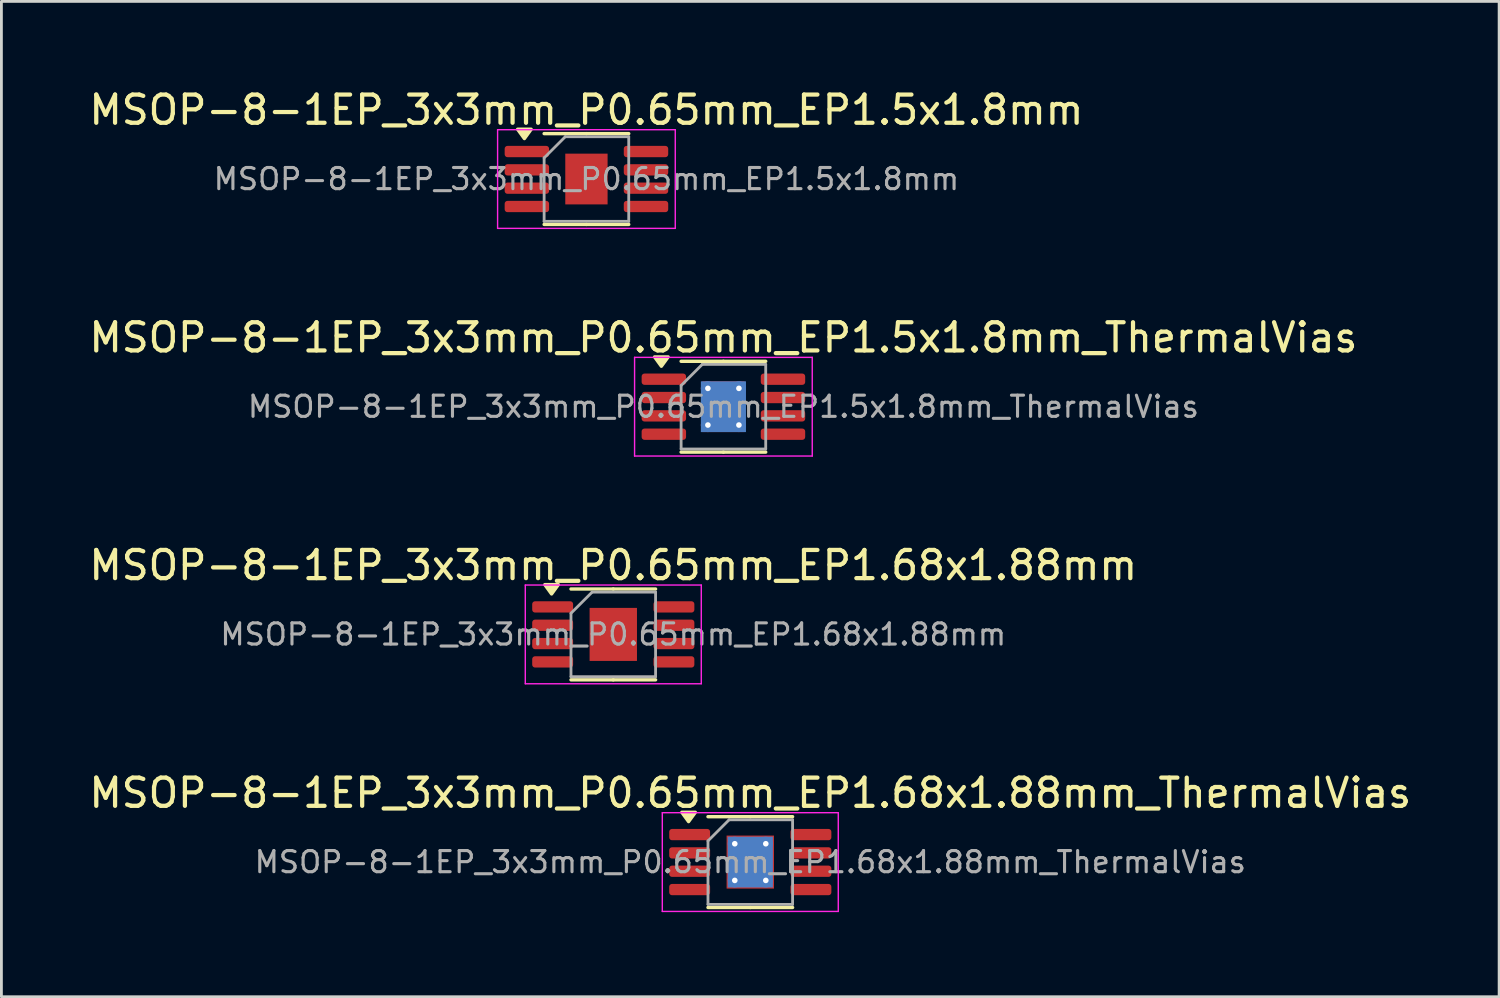
<source format=kicad_pcb>
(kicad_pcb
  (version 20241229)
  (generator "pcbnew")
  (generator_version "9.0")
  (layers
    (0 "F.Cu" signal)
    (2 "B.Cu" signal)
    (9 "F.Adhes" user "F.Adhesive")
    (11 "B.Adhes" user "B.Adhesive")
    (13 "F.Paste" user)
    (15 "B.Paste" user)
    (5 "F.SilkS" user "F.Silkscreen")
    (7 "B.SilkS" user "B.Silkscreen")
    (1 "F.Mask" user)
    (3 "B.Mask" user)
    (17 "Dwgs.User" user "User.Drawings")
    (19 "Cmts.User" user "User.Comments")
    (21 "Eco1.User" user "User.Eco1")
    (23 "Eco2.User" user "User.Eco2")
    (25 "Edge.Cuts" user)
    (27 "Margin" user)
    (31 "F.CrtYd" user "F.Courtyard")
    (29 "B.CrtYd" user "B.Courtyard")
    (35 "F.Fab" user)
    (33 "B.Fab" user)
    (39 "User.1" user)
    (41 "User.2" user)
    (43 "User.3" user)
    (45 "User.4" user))
  (footprint "MSOP-8-1EP_3x3mm_P0.65mm_EP1.68x1.88mm_ThermalVias"
    (layer "F.Cu")
    (at 23.554 27.518)
    (property "Reference" "MSOP-8-1EP_3x3mm_P0.65mm_EP1.68x1.88mm_ThermalVias" (at 0 -2.45 0) (layer "F.SilkS") (effects (font (size 1 1) (thickness 0.15))))
    (attr smd)
    (fp_line (start 0 -1.61) (end -1.5 -1.61) (stroke (width 0.12) (type solid)) (layer "F.SilkS"))
    (fp_line (start 0 -1.61) (end 1.5 -1.61) (stroke (width 0.12) (type solid)) (layer "F.SilkS"))
    (fp_line (start 0 1.61) (end -1.5 1.61) (stroke (width 0.12) (type solid)) (layer "F.SilkS"))
    (fp_line (start 0 1.61) (end 1.5 1.61) (stroke (width 0.12) (type solid)) (layer "F.SilkS"))
    (fp_poly (pts (xy -2.188 -1.435) (xy -2.428 -1.765) (xy -1.948 -1.765) (xy -2.188 -1.435)) (stroke (width 0.12) (type solid)) (fill yes) (layer "F.SilkS"))
    (fp_line (start -3.12 -1.75) (end -3.12 1.75) (stroke (width 0.05) (type solid)) (layer "F.CrtYd"))
    (fp_line (start -3.12 1.75) (end 3.12 1.75) (stroke (width 0.05) (type solid)) (layer "F.CrtYd"))
    (fp_line (start 3.12 -1.75) (end -3.12 -1.75) (stroke (width 0.05) (type solid)) (layer "F.CrtYd"))
    (fp_line (start 3.12 1.75) (end 3.12 -1.75) (stroke (width 0.05) (type solid)) (layer "F.CrtYd"))
    (fp_line (start -1.5 -0.75) (end -0.75 -1.5) (stroke (width 0.1) (type solid)) (layer "F.Fab"))
    (fp_line (start -1.5 1.5) (end -1.5 -0.75) (stroke (width 0.1) (type solid)) (layer "F.Fab"))
    (fp_line (start -0.75 -1.5) (end 1.5 -1.5) (stroke (width 0.1) (type solid)) (layer "F.Fab"))
    (fp_line (start 1.5 -1.5) (end 1.5 1.5) (stroke (width 0.1) (type solid)) (layer "F.Fab"))
    (fp_line (start 1.5 1.5) (end -1.5 1.5) (stroke (width 0.1) (type solid)) (layer "F.Fab"))
    (fp_text user "${REFERENCE}" (at 0 0 0) (layer "F.Fab") (effects (font (size 0.75 0.75) (thickness 0.11))))
    (pad "" smd roundrect (at -0.42 -0.47) (size 0.7 0.79) (layers "F.Paste") (roundrect_rratio 0.25))
    (pad "" smd roundrect (at -0.42 0.47) (size 0.7 0.79) (layers "F.Paste") (roundrect_rratio 0.25))
    (pad "" smd roundrect (at 0.42 -0.47) (size 0.7 0.79) (layers "F.Paste") (roundrect_rratio 0.25))
    (pad "" smd roundrect (at 0.42 0.47) (size 0.7 0.79) (layers "F.Paste") (roundrect_rratio 0.25))
    (pad "1" smd roundrect (at -2.15 -0.975) (size 1.45 0.4) (layers "F.Cu" "F.Mask" "F.Paste") (roundrect_rratio 0.25))
    (pad "2" smd roundrect (at -2.15 -0.325) (size 1.45 0.4) (layers "F.Cu" "F.Mask" "F.Paste") (roundrect_rratio 0.25))
    (pad "3" smd roundrect (at -2.15 0.325) (size 1.45 0.4) (layers "F.Cu" "F.Mask" "F.Paste") (roundrect_rratio 0.25))
    (pad "4" smd roundrect (at -2.15 0.975) (size 1.45 0.4) (layers "F.Cu" "F.Mask" "F.Paste") (roundrect_rratio 0.25))
    (pad "5" smd roundrect (at 2.15 0.975) (size 1.45 0.4) (layers "F.Cu" "F.Mask" "F.Paste") (roundrect_rratio 0.25))
    (pad "6" smd roundrect (at 2.15 0.325) (size 1.45 0.4) (layers "F.Cu" "F.Mask" "F.Paste") (roundrect_rratio 0.25))
    (pad "7" smd roundrect (at 2.15 -0.325) (size 1.45 0.4) (layers "F.Cu" "F.Mask" "F.Paste") (roundrect_rratio 0.25))
    (pad "8" smd roundrect (at 2.15 -0.975) (size 1.45 0.4) (layers "F.Cu" "F.Mask" "F.Paste") (roundrect_rratio 0.25))
    (pad "9" thru_hole circle (at -0.55 -0.65) (size 0.5 0.5) (drill 0.2) (property pad_prop_heatsink) (layers "*.Cu"))
    (pad "9" thru_hole circle (at -0.55 0.65) (size 0.5 0.5) (drill 0.2) (property pad_prop_heatsink) (layers "*.Cu"))
    (pad "9" smd rect (at 0 0) (size 1.6 1.8) (property pad_prop_heatsink) (layers "B.Cu"))
    (pad "9" smd rect (at 0 0) (size 1.68 1.88) (property pad_prop_heatsink) (layers "F.Cu" "F.Mask"))
    (pad "9" thru_hole circle (at 0.55 -0.65) (size 0.5 0.5) (drill 0.2) (property pad_prop_heatsink) (layers "*.Cu"))
    (pad "9" thru_hole circle (at 0.55 0.65) (size 0.5 0.5) (drill 0.2) (property pad_prop_heatsink) (layers "*.Cu")))
  (footprint "MSOP-8-1EP_3x3mm_P0.65mm_EP1.5x1.8mm_ThermalVias"
    (layer "F.Cu")
    (at 22.601 11.371)
    (property "Reference" "MSOP-8-1EP_3x3mm_P0.65mm_EP1.5x1.8mm_ThermalVias" (at 0 -2.45 0) (layer "F.SilkS") (effects (font (size 1 1) (thickness 0.15))))
    (attr smd)
    (fp_line (start 0 -1.61) (end -1.5 -1.61) (stroke (width 0.12) (type solid)) (layer "F.SilkS"))
    (fp_line (start 0 -1.61) (end 1.5 -1.61) (stroke (width 0.12) (type solid)) (layer "F.SilkS"))
    (fp_line (start 0 1.61) (end -1.5 1.61) (stroke (width 0.12) (type solid)) (layer "F.SilkS"))
    (fp_line (start 0 1.61) (end 1.5 1.61) (stroke (width 0.12) (type solid)) (layer "F.SilkS"))
    (fp_poly (pts (xy -2.2 -1.435) (xy -2.44 -1.765) (xy -1.96 -1.765) (xy -2.2 -1.435)) (stroke (width 0.12) (type solid)) (fill yes) (layer "F.SilkS"))
    (fp_line (start -3.15 -1.75) (end -3.15 1.75) (stroke (width 0.05) (type solid)) (layer "F.CrtYd"))
    (fp_line (start -3.15 1.75) (end 3.15 1.75) (stroke (width 0.05) (type solid)) (layer "F.CrtYd"))
    (fp_line (start 3.15 -1.75) (end -3.15 -1.75) (stroke (width 0.05) (type solid)) (layer "F.CrtYd"))
    (fp_line (start 3.15 1.75) (end 3.15 -1.75) (stroke (width 0.05) (type solid)) (layer "F.CrtYd"))
    (fp_line (start -1.5 -0.75) (end -0.75 -1.5) (stroke (width 0.1) (type solid)) (layer "F.Fab"))
    (fp_line (start -1.5 1.5) (end -1.5 -0.75) (stroke (width 0.1) (type solid)) (layer "F.Fab"))
    (fp_line (start -0.75 -1.5) (end 1.5 -1.5) (stroke (width 0.1) (type solid)) (layer "F.Fab"))
    (fp_line (start 1.5 -1.5) (end 1.5 1.5) (stroke (width 0.1) (type solid)) (layer "F.Fab"))
    (fp_line (start 1.5 1.5) (end -1.5 1.5) (stroke (width 0.1) (type solid)) (layer "F.Fab"))
    (fp_text user "${REFERENCE}" (at 0 0 0) (layer "F.Fab") (effects (font (size 0.75 0.75) (thickness 0.11))))
    (pad "" smd roundrect (at -0.375 -0.45) (size 0.63 0.75) (layers "F.Paste") (roundrect_rratio 0.25))
    (pad "" smd roundrect (at -0.375 0.45) (size 0.63 0.75) (layers "F.Paste") (roundrect_rratio 0.25))
    (pad "" smd roundrect (at 0.375 -0.45) (size 0.63 0.75) (layers "F.Paste") (roundrect_rratio 0.25))
    (pad "" smd roundrect (at 0.375 0.45) (size 0.63 0.75) (layers "F.Paste") (roundrect_rratio 0.25))
    (pad "1" smd roundrect (at -2.112 -0.975) (size 1.575 0.4) (layers "F.Cu" "F.Mask" "F.Paste") (roundrect_rratio 0.25))
    (pad "2" smd roundrect (at -2.112 -0.325) (size 1.575 0.4) (layers "F.Cu" "F.Mask" "F.Paste") (roundrect_rratio 0.25))
    (pad "3" smd roundrect (at -2.112 0.325) (size 1.575 0.4) (layers "F.Cu" "F.Mask" "F.Paste") (roundrect_rratio 0.25))
    (pad "4" smd roundrect (at -2.112 0.975) (size 1.575 0.4) (layers "F.Cu" "F.Mask" "F.Paste") (roundrect_rratio 0.25))
    (pad "5" smd roundrect (at 2.112 0.975) (size 1.575 0.4) (layers "F.Cu" "F.Mask" "F.Paste") (roundrect_rratio 0.25))
    (pad "6" smd roundrect (at 2.112 0.325) (size 1.575 0.4) (layers "F.Cu" "F.Mask" "F.Paste") (roundrect_rratio 0.25))
    (pad "7" smd roundrect (at 2.112 -0.325) (size 1.575 0.4) (layers "F.Cu" "F.Mask" "F.Paste") (roundrect_rratio 0.25))
    (pad "8" smd roundrect (at 2.112 -0.975) (size 1.575 0.4) (layers "F.Cu" "F.Mask" "F.Paste") (roundrect_rratio 0.25))
    (pad "9" thru_hole circle (at -0.55 -0.65) (size 0.5 0.5) (drill 0.2) (property pad_prop_heatsink) (layers "*.Cu"))
    (pad "9" thru_hole circle (at -0.55 0.65) (size 0.5 0.5) (drill 0.2) (property pad_prop_heatsink) (layers "*.Cu"))
    (pad "9" smd rect (at 0 0) (size 1.5 1.8) (property pad_prop_heatsink) (layers "F.Cu" "F.Mask"))
    (pad "9" smd rect (at 0 0) (size 1.6 1.8) (property pad_prop_heatsink) (layers "B.Cu"))
    (pad "9" thru_hole circle (at 0.55 -0.65) (size 0.5 0.5) (drill 0.2) (property pad_prop_heatsink) (layers "*.Cu"))
    (pad "9" thru_hole circle (at 0.55 0.65) (size 0.5 0.5) (drill 0.2) (property pad_prop_heatsink) (layers "*.Cu")))
  (footprint "MSOP-8-1EP_3x3mm_P0.65mm_EP1.5x1.8mm"
    (layer "F.Cu")
    (at 17.744 3.298)
    (property "Reference" "MSOP-8-1EP_3x3mm_P0.65mm_EP1.5x1.8mm" (at 0 -2.45 0) (layer "F.SilkS") (effects (font (size 1 1) (thickness 0.15))))
    (attr smd)
    (fp_line (start 0 -1.61) (end -1.5 -1.61) (stroke (width 0.12) (type solid)) (layer "F.SilkS"))
    (fp_line (start 0 -1.61) (end 1.5 -1.61) (stroke (width 0.12) (type solid)) (layer "F.SilkS"))
    (fp_line (start 0 1.61) (end -1.5 1.61) (stroke (width 0.12) (type solid)) (layer "F.SilkS"))
    (fp_line (start 0 1.61) (end 1.5 1.61) (stroke (width 0.12) (type solid)) (layer "F.SilkS"))
    (fp_poly (pts (xy -2.2 -1.435) (xy -2.44 -1.765) (xy -1.96 -1.765) (xy -2.2 -1.435)) (stroke (width 0.12) (type solid)) (fill yes) (layer "F.SilkS"))
    (fp_line (start -3.15 -1.75) (end -3.15 1.75) (stroke (width 0.05) (type solid)) (layer "F.CrtYd"))
    (fp_line (start -3.15 1.75) (end 3.15 1.75) (stroke (width 0.05) (type solid)) (layer "F.CrtYd"))
    (fp_line (start 3.15 -1.75) (end -3.15 -1.75) (stroke (width 0.05) (type solid)) (layer "F.CrtYd"))
    (fp_line (start 3.15 1.75) (end 3.15 -1.75) (stroke (width 0.05) (type solid)) (layer "F.CrtYd"))
    (fp_line (start -1.5 -0.75) (end -0.75 -1.5) (stroke (width 0.1) (type solid)) (layer "F.Fab"))
    (fp_line (start -1.5 1.5) (end -1.5 -0.75) (stroke (width 0.1) (type solid)) (layer "F.Fab"))
    (fp_line (start -0.75 -1.5) (end 1.5 -1.5) (stroke (width 0.1) (type solid)) (layer "F.Fab"))
    (fp_line (start 1.5 -1.5) (end 1.5 1.5) (stroke (width 0.1) (type solid)) (layer "F.Fab"))
    (fp_line (start 1.5 1.5) (end -1.5 1.5) (stroke (width 0.1) (type solid)) (layer "F.Fab"))
    (fp_text user "${REFERENCE}" (at 0 0 0) (layer "F.Fab") (effects (font (size 0.75 0.75) (thickness 0.11))))
    (pad "" smd roundrect (at -0.375 -0.45) (size 0.6 0.73) (layers "F.Paste") (roundrect_rratio 0.25))
    (pad "" smd roundrect (at -0.375 0.45) (size 0.6 0.73) (layers "F.Paste") (roundrect_rratio 0.25))
    (pad "" smd roundrect (at 0.375 -0.45) (size 0.6 0.73) (layers "F.Paste") (roundrect_rratio 0.25))
    (pad "" smd roundrect (at 0.375 0.45) (size 0.6 0.73) (layers "F.Paste") (roundrect_rratio 0.25))
    (pad "1" smd roundrect (at -2.112 -0.975) (size 1.575 0.4) (layers "F.Cu" "F.Mask" "F.Paste") (roundrect_rratio 0.25))
    (pad "2" smd roundrect (at -2.112 -0.325) (size 1.575 0.4) (layers "F.Cu" "F.Mask" "F.Paste") (roundrect_rratio 0.25))
    (pad "3" smd roundrect (at -2.112 0.325) (size 1.575 0.4) (layers "F.Cu" "F.Mask" "F.Paste") (roundrect_rratio 0.25))
    (pad "4" smd roundrect (at -2.112 0.975) (size 1.575 0.4) (layers "F.Cu" "F.Mask" "F.Paste") (roundrect_rratio 0.25))
    (pad "5" smd roundrect (at 2.112 0.975) (size 1.575 0.4) (layers "F.Cu" "F.Mask" "F.Paste") (roundrect_rratio 0.25))
    (pad "6" smd roundrect (at 2.112 0.325) (size 1.575 0.4) (layers "F.Cu" "F.Mask" "F.Paste") (roundrect_rratio 0.25))
    (pad "7" smd roundrect (at 2.112 -0.325) (size 1.575 0.4) (layers "F.Cu" "F.Mask" "F.Paste") (roundrect_rratio 0.25))
    (pad "8" smd roundrect (at 2.112 -0.975) (size 1.575 0.4) (layers "F.Cu" "F.Mask" "F.Paste") (roundrect_rratio 0.25))
    (pad "9" smd rect (at 0 0) (size 1.5 1.8) (property pad_prop_heatsink) (layers "F.Cu" "F.Mask")))
  (footprint "MSOP-8-1EP_3x3mm_P0.65mm_EP1.68x1.88mm"
    (layer "F.Cu")
    (at 18.696 19.445)
    (property "Reference" "MSOP-8-1EP_3x3mm_P0.65mm_EP1.68x1.88mm" (at 0 -2.45 0) (layer "F.SilkS") (effects (font (size 1 1) (thickness 0.15))))
    (attr smd)
    (fp_line (start 0 -1.61) (end -1.5 -1.61) (stroke (width 0.12) (type solid)) (layer "F.SilkS"))
    (fp_line (start 0 -1.61) (end 1.5 -1.61) (stroke (width 0.12) (type solid)) (layer "F.SilkS"))
    (fp_line (start 0 1.61) (end -1.5 1.61) (stroke (width 0.12) (type solid)) (layer "F.SilkS"))
    (fp_line (start 0 1.61) (end 1.5 1.61) (stroke (width 0.12) (type solid)) (layer "F.SilkS"))
    (fp_poly (pts (xy -2.188 -1.435) (xy -2.428 -1.765) (xy -1.948 -1.765) (xy -2.188 -1.435)) (stroke (width 0.12) (type solid)) (fill yes) (layer "F.SilkS"))
    (fp_line (start -3.12 -1.75) (end -3.12 1.75) (stroke (width 0.05) (type solid)) (layer "F.CrtYd"))
    (fp_line (start -3.12 1.75) (end 3.12 1.75) (stroke (width 0.05) (type solid)) (layer "F.CrtYd"))
    (fp_line (start 3.12 -1.75) (end -3.12 -1.75) (stroke (width 0.05) (type solid)) (layer "F.CrtYd"))
    (fp_line (start 3.12 1.75) (end 3.12 -1.75) (stroke (width 0.05) (type solid)) (layer "F.CrtYd"))
    (fp_line (start -1.5 -0.75) (end -0.75 -1.5) (stroke (width 0.1) (type solid)) (layer "F.Fab"))
    (fp_line (start -1.5 1.5) (end -1.5 -0.75) (stroke (width 0.1) (type solid)) (layer "F.Fab"))
    (fp_line (start -0.75 -1.5) (end 1.5 -1.5) (stroke (width 0.1) (type solid)) (layer "F.Fab"))
    (fp_line (start 1.5 -1.5) (end 1.5 1.5) (stroke (width 0.1) (type solid)) (layer "F.Fab"))
    (fp_line (start 1.5 1.5) (end -1.5 1.5) (stroke (width 0.1) (type solid)) (layer "F.Fab"))
    (fp_text user "${REFERENCE}" (at 0 0 0) (layer "F.Fab") (effects (font (size 0.75 0.75) (thickness 0.11))))
    (pad "" smd roundrect (at -0.42 -0.47) (size 0.68 0.76) (layers "F.Paste") (roundrect_rratio 0.25))
    (pad "" smd roundrect (at -0.42 0.47) (size 0.68 0.76) (layers "F.Paste") (roundrect_rratio 0.25))
    (pad "" smd roundrect (at 0.42 -0.47) (size 0.68 0.76) (layers "F.Paste") (roundrect_rratio 0.25))
    (pad "" smd roundrect (at 0.42 0.47) (size 0.68 0.76) (layers "F.Paste") (roundrect_rratio 0.25))
    (pad "1" smd roundrect (at -2.15 -0.975) (size 1.45 0.4) (layers "F.Cu" "F.Mask" "F.Paste") (roundrect_rratio 0.25))
    (pad "2" smd roundrect (at -2.15 -0.325) (size 1.45 0.4) (layers "F.Cu" "F.Mask" "F.Paste") (roundrect_rratio 0.25))
    (pad "3" smd roundrect (at -2.15 0.325) (size 1.45 0.4) (layers "F.Cu" "F.Mask" "F.Paste") (roundrect_rratio 0.25))
    (pad "4" smd roundrect (at -2.15 0.975) (size 1.45 0.4) (layers "F.Cu" "F.Mask" "F.Paste") (roundrect_rratio 0.25))
    (pad "5" smd roundrect (at 2.15 0.975) (size 1.45 0.4) (layers "F.Cu" "F.Mask" "F.Paste") (roundrect_rratio 0.25))
    (pad "6" smd roundrect (at 2.15 0.325) (size 1.45 0.4) (layers "F.Cu" "F.Mask" "F.Paste") (roundrect_rratio 0.25))
    (pad "7" smd roundrect (at 2.15 -0.325) (size 1.45 0.4) (layers "F.Cu" "F.Mask" "F.Paste") (roundrect_rratio 0.25))
    (pad "8" smd roundrect (at 2.15 -0.975) (size 1.45 0.4) (layers "F.Cu" "F.Mask" "F.Paste") (roundrect_rratio 0.25))
    (pad "9" smd rect (at 0 0) (size 1.68 1.88) (property pad_prop_heatsink) (layers "F.Cu" "F.Mask")))
  (gr_rect
    (start -3 -3)
    (end 50.107 32.293)
    (stroke (width 0.1) (type default))
    (fill no)
    (layer "Edge.Cuts")))
</source>
